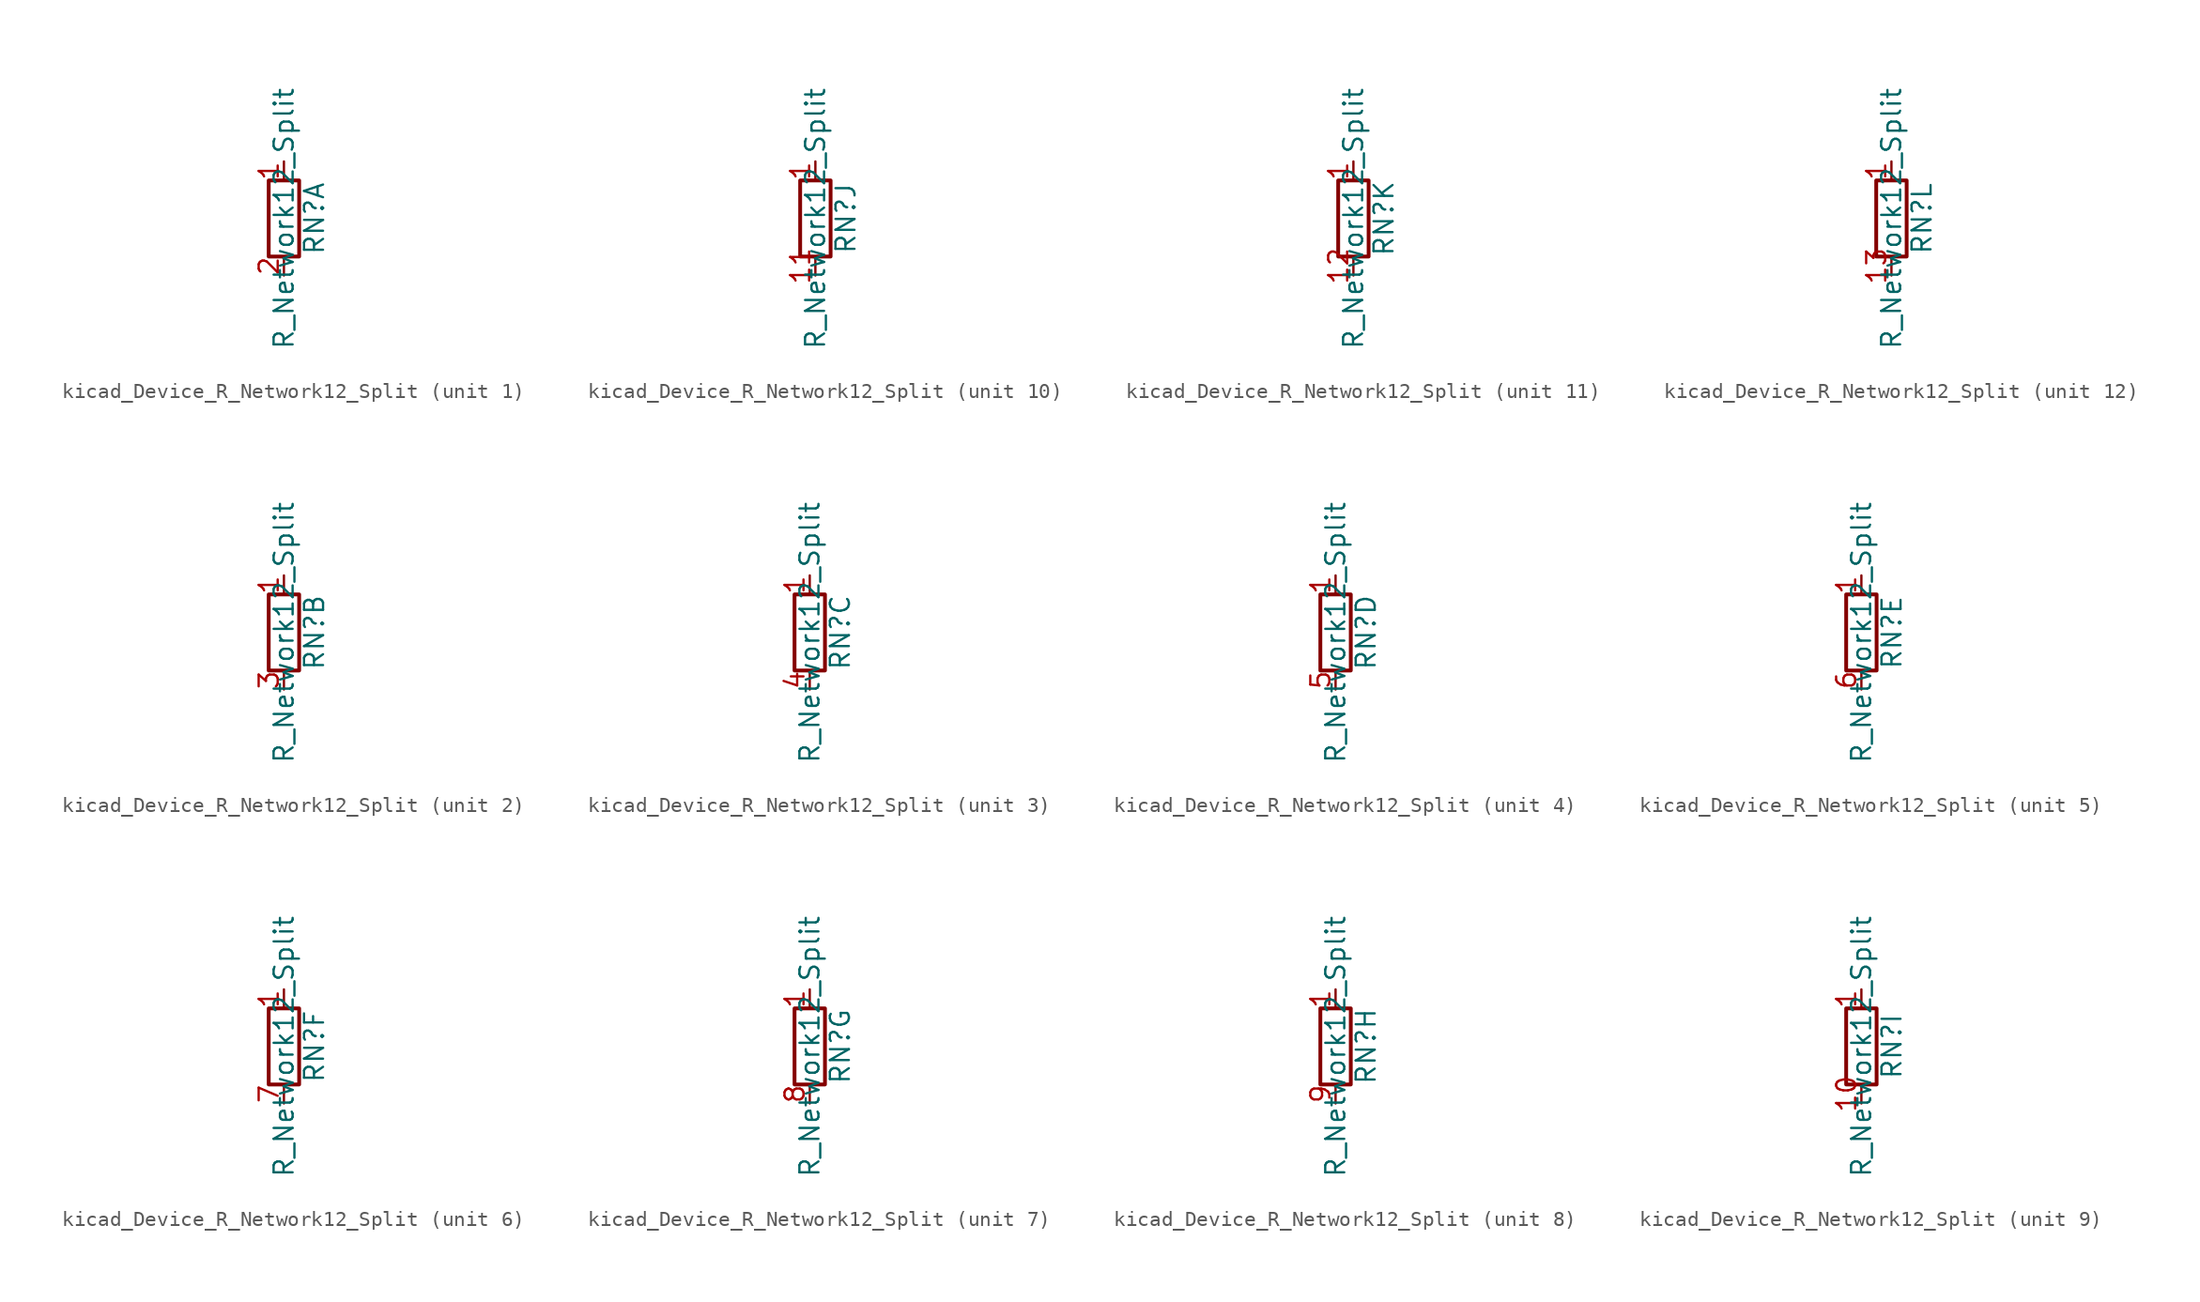
<source format=kicad_sym>
(kicad_symbol_lib
  (version 20220914)
  (generator kicad_symbol_editor)
  (symbol "kicad_Device_R_Network12_Split"
    (pin_names
      (offset 0) hide)
    (property "Reference" "RN"
      (at 2.032 0 90)
      (effects (font (size 1.27 1.27))))
    (property "Value" "R_Network12_Split"
      (at 0 0 90)
      (effects (font (size 1.27 1.27))))
    (symbol "kicad_Device_R_Network12_Split_0_1"
      (rectangle (start 1.016 2.54) (end -1.016 -2.54) (stroke (width 0.254) (type default)) (fill (type none)))
      (pin passive line (at 0 3.81 270) (length 1.27) (name "R1" (effects (font (size 1.27 1.27)))) (number "1" (effects (font (size 1.27 1.27))))))
    (symbol "kicad_Device_R_Network12_Split_1_1"
      (pin passive line (at 0 -3.81 90) (length 1.27) (name "R1.2" (effects (font (size 1.27 1.27)))) (number "2" (effects (font (size 1.27 1.27))))))
    (symbol "kicad_Device_R_Network12_Split_2_1"
      (pin passive line (at 0 -3.81 90) (length 1.27) (name "R2.2" (effects (font (size 1.27 1.27)))) (number "3" (effects (font (size 1.27 1.27))))))
    (symbol "kicad_Device_R_Network12_Split_3_1"
      (pin passive line (at 0 -3.81 90) (length 1.27) (name "R3.2" (effects (font (size 1.27 1.27)))) (number "4" (effects (font (size 1.27 1.27))))))
    (symbol "kicad_Device_R_Network12_Split_4_1"
      (pin passive line (at 0 -3.81 90) (length 1.27) (name "R4.2" (effects (font (size 1.27 1.27)))) (number "5" (effects (font (size 1.27 1.27))))))
    (symbol "kicad_Device_R_Network12_Split_5_1"
      (pin passive line (at 0 -3.81 90) (length 1.27) (name "R5.2" (effects (font (size 1.27 1.27)))) (number "6" (effects (font (size 1.27 1.27))))))
    (symbol "kicad_Device_R_Network12_Split_6_1"
      (pin passive line (at 0 -3.81 90) (length 1.27) (name "R6.2" (effects (font (size 1.27 1.27)))) (number "7" (effects (font (size 1.27 1.27))))))
    (symbol "kicad_Device_R_Network12_Split_7_1"
      (pin passive line (at 0 -3.81 90) (length 1.27) (name "R7.2" (effects (font (size 1.27 1.27)))) (number "8" (effects (font (size 1.27 1.27))))))
    (symbol "kicad_Device_R_Network12_Split_8_1"
      (pin passive line (at 0 -3.81 90) (length 1.27) (name "R8.2" (effects (font (size 1.27 1.27)))) (number "9" (effects (font (size 1.27 1.27))))))
    (symbol "kicad_Device_R_Network12_Split_9_1"
      (pin passive line (at 0 -3.81 90) (length 1.27) (name "R9.2" (effects (font (size 1.27 1.27)))) (number "10" (effects (font (size 1.27 1.27))))))
    (symbol "kicad_Device_R_Network12_Split_10_1"
      (pin passive line (at 0 -3.81 90) (length 1.27) (name "R10.2" (effects (font (size 1.27 1.27)))) (number "11" (effects (font (size 1.27 1.27))))))
    (symbol "kicad_Device_R_Network12_Split_11_1"
      (pin passive line (at 0 -3.81 90) (length 1.27) (name "R11.2" (effects (font (size 1.27 1.27)))) (number "12" (effects (font (size 1.27 1.27))))))
    (symbol "kicad_Device_R_Network12_Split_12_1"
      (pin passive line (at 0 -3.81 90) (length 1.27) (name "R12.2" (effects (font (size 1.27 1.27)))) (number "13" (effects (font (size 1.27 1.27))))))))
</source>
